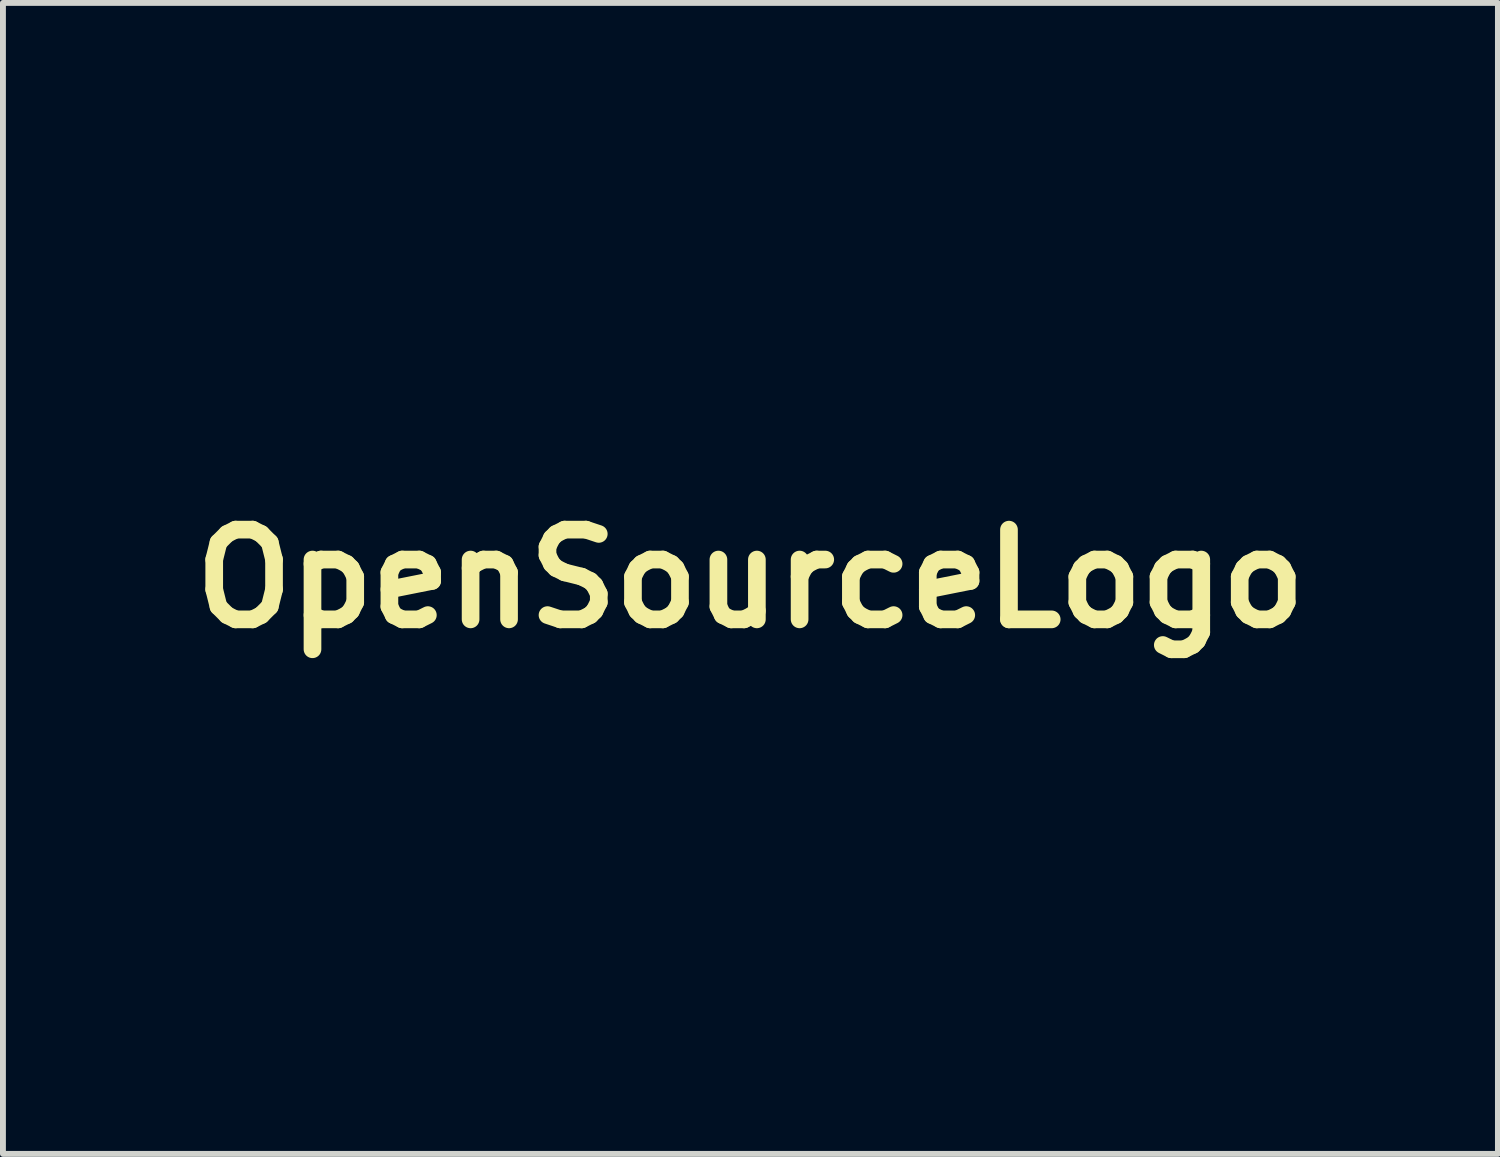
<source format=kicad_pcb>
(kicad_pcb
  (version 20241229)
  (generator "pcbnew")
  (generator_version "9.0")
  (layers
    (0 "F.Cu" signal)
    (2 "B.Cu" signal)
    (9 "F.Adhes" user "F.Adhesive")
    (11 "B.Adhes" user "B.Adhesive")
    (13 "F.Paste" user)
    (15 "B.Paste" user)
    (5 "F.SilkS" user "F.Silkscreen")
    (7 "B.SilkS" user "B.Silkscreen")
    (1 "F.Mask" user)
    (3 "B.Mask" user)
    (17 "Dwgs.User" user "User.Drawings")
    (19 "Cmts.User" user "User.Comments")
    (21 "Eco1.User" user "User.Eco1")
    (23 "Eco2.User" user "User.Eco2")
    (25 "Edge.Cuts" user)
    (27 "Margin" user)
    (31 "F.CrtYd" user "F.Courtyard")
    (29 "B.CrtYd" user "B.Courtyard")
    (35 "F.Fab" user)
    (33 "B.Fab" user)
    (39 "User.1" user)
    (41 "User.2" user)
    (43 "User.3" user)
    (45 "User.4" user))
  (footprint "OpenSourceLogo"
    (layer "F.Cu")
    (at 9.696 6.78)
    (property "Reference" "OpenSourceLogo" (at 0 0 0) (layer "F.SilkS") (effects (font (size 1.524 1.524) (thickness 0.3))))
    (attr through_hole)
    (fp_poly (pts (xy -1.739 5.417) (xy -1.647 5.449) (xy -1.605 5.475) (xy -1.579 5.498) (xy -1.575 5.506) (xy -1.585 5.526) (xy -1.613 5.565) (xy -1.652 5.613) (xy -1.661 5.624) (xy -1.747 5.723) (xy -1.801 5.695) (xy -1.87 5.673) (xy -1.95 5.669) (xy -2.026 5.683) (xy -2.063 5.699) (xy -2.105 5.734) (xy -2.143 5.782) (xy -2.148 5.791) (xy -2.159 5.812) (xy -2.167 5.834) (xy -2.173 5.863) (xy -2.178 5.903) (xy -2.181 5.958) (xy -2.183 6.032) (xy -2.184 6.13) (xy -2.185 6.256) (xy -2.185 6.305) (xy -2.186 6.756) (xy -2.455 6.756) (xy -2.455 5.419) (xy -2.184 5.419) (xy -2.184 5.56) (xy -2.146 5.525) (xy -2.059 5.464) (xy -1.956 5.425) (xy -1.846 5.409) (xy -1.739 5.417)) (stroke (width 0.01) (type solid)) (fill no) (layer "Eco2.User"))
    (fp_poly (pts (xy 4.037 3.298) (xy 4.103 3.324) (xy 4.105 3.325) (xy 4.155 3.349) (xy 4.189 3.369) (xy 4.199 3.379) (xy 4.189 3.395) (xy 4.162 3.431) (xy 4.123 3.479) (xy 4.109 3.496) (xy 4.019 3.602) (xy 3.954 3.569) (xy 3.868 3.542) (xy 3.782 3.548) (xy 3.7 3.584) (xy 3.628 3.649) (xy 3.616 3.664) (xy 3.606 3.68) (xy 3.598 3.698) (xy 3.591 3.724) (xy 3.587 3.761) (xy 3.583 3.813) (xy 3.581 3.885) (xy 3.579 3.981) (xy 3.577 4.104) (xy 3.576 4.167) (xy 3.571 4.623) (xy 3.319 4.623) (xy 3.319 3.302) (xy 3.573 3.302) (xy 3.573 3.37) (xy 3.575 3.412) (xy 3.58 3.436) (xy 3.582 3.437) (xy 3.599 3.427) (xy 3.63 3.401) (xy 3.637 3.395) (xy 3.724 3.334) (xy 3.828 3.299) (xy 3.906 3.288) (xy 3.978 3.287) (xy 4.037 3.298)) (stroke (width 0.01) (type solid)) (fill no) (layer "Eco2.User"))
    (fp_poly (pts (xy 3.654 5.408) (xy 3.707 5.423) (xy 3.764 5.443) (xy 3.815 5.464) (xy 3.848 5.482) (xy 3.853 5.488) (xy 3.853 5.506) (xy 3.835 5.538) (xy 3.799 5.588) (xy 3.741 5.658) (xy 3.73 5.671) (xy 3.681 5.729) (xy 3.633 5.697) (xy 3.561 5.669) (xy 3.48 5.666) (xy 3.399 5.688) (xy 3.328 5.732) (xy 3.277 5.792) (xy 3.267 5.812) (xy 3.259 5.834) (xy 3.252 5.864) (xy 3.248 5.905) (xy 3.244 5.962) (xy 3.242 6.039) (xy 3.24 6.14) (xy 3.238 6.269) (xy 3.237 6.303) (xy 3.232 6.756) (xy 2.98 6.756) (xy 2.98 5.419) (xy 3.234 5.419) (xy 3.234 5.486) (xy 3.236 5.529) (xy 3.241 5.552) (xy 3.243 5.554) (xy 3.26 5.545) (xy 3.294 5.52) (xy 3.327 5.496) (xy 3.41 5.448) (xy 3.511 5.415) (xy 3.611 5.402) (xy 3.615 5.402) (xy 3.654 5.408)) (stroke (width 0.01) (type solid)) (fill no) (layer "Eco2.User"))
    (fp_poly (pts (xy -1.722 3.316) (xy -1.622 3.372) (xy -1.537 3.453) (xy -1.484 3.531) (xy -1.474 3.551) (xy -1.466 3.573) (xy -1.459 3.601) (xy -1.454 3.638) (xy -1.451 3.688) (xy -1.448 3.756) (xy -1.446 3.846) (xy -1.444 3.961) (xy -1.443 4.106) (xy -1.443 4.111) (xy -1.438 4.623) (xy -1.691 4.623) (xy -1.697 4.167) (xy -1.698 4.03) (xy -1.7 3.923) (xy -1.702 3.841) (xy -1.705 3.781) (xy -1.71 3.738) (xy -1.715 3.708) (xy -1.722 3.687) (xy -1.732 3.671) (xy -1.737 3.664) (xy -1.795 3.6) (xy -1.857 3.563) (xy -1.934 3.548) (xy -1.964 3.548) (xy -2.048 3.556) (xy -2.114 3.585) (xy -2.173 3.64) (xy -2.192 3.664) (xy -2.202 3.68) (xy -2.211 3.698) (xy -2.217 3.724) (xy -2.222 3.761) (xy -2.225 3.813) (xy -2.227 3.885) (xy -2.229 3.981) (xy -2.231 4.104) (xy -2.232 4.167) (xy -2.237 4.623) (xy -2.489 4.623) (xy -2.489 3.302) (xy -2.235 3.302) (xy -2.235 3.437) (xy -2.159 3.379) (xy -2.054 3.318) (xy -1.943 3.289) (xy -1.83 3.288) (xy -1.722 3.316)) (stroke (width 0.01) (type solid)) (fill no) (layer "Eco2.User"))
    (fp_poly (pts (xy 2.201 3.73) (xy 2.201 3.862) (xy 2.202 3.965) (xy 2.204 4.043) (xy 2.206 4.101) (xy 2.21 4.144) (xy 2.216 4.176) (xy 2.225 4.201) (xy 2.235 4.225) (xy 2.239 4.233) (xy 2.291 4.309) (xy 2.355 4.357) (xy 2.437 4.38) (xy 2.451 4.381) (xy 2.545 4.376) (xy 2.626 4.342) (xy 2.689 4.283) (xy 2.709 4.251) (xy 2.72 4.228) (xy 2.728 4.203) (xy 2.734 4.172) (xy 2.738 4.13) (xy 2.741 4.071) (xy 2.742 3.993) (xy 2.743 3.891) (xy 2.743 3.759) (xy 2.743 3.743) (xy 2.743 3.302) (xy 3.014 3.302) (xy 3.014 4.623) (xy 2.743 4.623) (xy 2.743 4.481) (xy 2.697 4.526) (xy 2.609 4.587) (xy 2.504 4.626) (xy 2.392 4.639) (xy 2.282 4.627) (xy 2.218 4.605) (xy 2.118 4.543) (xy 2.037 4.458) (xy 1.982 4.359) (xy 1.981 4.356) (xy 1.971 4.327) (xy 1.963 4.296) (xy 1.957 4.26) (xy 1.953 4.213) (xy 1.95 4.151) (xy 1.949 4.07) (xy 1.948 3.965) (xy 1.947 3.832) (xy 1.947 3.784) (xy 1.947 3.302) (xy 2.201 3.302) (xy 2.201 3.73)) (stroke (width 0.01) (type solid)) (fill no) (layer "Eco2.User"))
    (fp_poly (pts (xy 4.889 3.293) (xy 5.013 3.327) (xy 5.128 3.392) (xy 5.209 3.458) (xy 5.262 3.508) (xy 5.171 3.594) (xy 5.079 3.68) (xy 5.033 3.636) (xy 4.95 3.577) (xy 4.859 3.546) (xy 4.765 3.541) (xy 4.674 3.56) (xy 4.593 3.604) (xy 4.526 3.669) (xy 4.482 3.755) (xy 4.478 3.766) (xy 4.458 3.868) (xy 4.453 3.977) (xy 4.464 4.083) (xy 4.487 4.178) (xy 4.523 4.255) (xy 4.55 4.288) (xy 4.635 4.347) (xy 4.731 4.379) (xy 4.831 4.382) (xy 4.929 4.357) (xy 5.016 4.305) (xy 5.032 4.29) (xy 5.076 4.247) (xy 5.17 4.332) (xy 5.263 4.416) (xy 5.201 4.474) (xy 5.133 4.533) (xy 5.066 4.573) (xy 4.986 4.607) (xy 4.971 4.612) (xy 4.852 4.636) (xy 4.725 4.636) (xy 4.603 4.612) (xy 4.567 4.599) (xy 4.461 4.546) (xy 4.379 4.484) (xy 4.312 4.405) (xy 4.303 4.392) (xy 4.266 4.33) (xy 4.24 4.27) (xy 4.223 4.204) (xy 4.213 4.123) (xy 4.208 4.021) (xy 4.208 3.953) (xy 4.208 3.732) (xy 4.272 3.603) (xy 4.346 3.484) (xy 4.437 3.395) (xy 4.548 3.332) (xy 4.679 3.297) (xy 4.752 3.289) (xy 4.889 3.293)) (stroke (width 0.01) (type solid)) (fill no) (layer "Eco2.User"))
    (fp_poly (pts (xy 5.98 3.295) (xy 6.036 3.301) (xy 6.082 3.312) (xy 6.128 3.333) (xy 6.142 3.34) (xy 6.248 3.41) (xy 6.331 3.498) (xy 6.392 3.605) (xy 6.43 3.734) (xy 6.449 3.889) (xy 6.451 3.967) (xy 6.452 4.064) (xy 5.601 4.064) (xy 5.613 4.127) (xy 5.647 4.23) (xy 5.703 4.31) (xy 5.777 4.366) (xy 5.865 4.396) (xy 5.963 4.399) (xy 6.067 4.374) (xy 6.168 4.322) (xy 6.231 4.28) (xy 6.323 4.354) (xy 6.414 4.428) (xy 6.363 4.482) (xy 6.276 4.55) (xy 6.165 4.6) (xy 6.036 4.629) (xy 5.961 4.635) (xy 5.874 4.634) (xy 5.797 4.627) (xy 5.749 4.617) (xy 5.629 4.565) (xy 5.532 4.496) (xy 5.459 4.407) (xy 5.405 4.294) (xy 5.371 4.156) (xy 5.357 4.046) (xy 5.356 3.896) (xy 5.364 3.844) (xy 5.603 3.844) (xy 6.185 3.844) (xy 6.176 3.777) (xy 6.149 3.686) (xy 6.099 3.611) (xy 6.03 3.558) (xy 6.021 3.554) (xy 5.924 3.526) (xy 5.833 3.529) (xy 5.752 3.562) (xy 5.685 3.621) (xy 5.636 3.705) (xy 5.615 3.78) (xy 5.603 3.844) (xy 5.364 3.844) (xy 5.377 3.75) (xy 5.418 3.617) (xy 5.477 3.501) (xy 5.54 3.422) (xy 5.613 3.361) (xy 5.692 3.321) (xy 5.787 3.3) (xy 5.901 3.294) (xy 5.98 3.295)) (stroke (width 0.01) (type solid)) (fill no) (layer "Eco2.User"))
    (fp_poly (pts (xy -5.711 3.311) (xy -5.592 3.365) (xy -5.49 3.446) (xy -5.458 3.483) (xy -5.403 3.568) (xy -5.365 3.668) (xy -5.343 3.786) (xy -5.336 3.928) (xy -5.339 4.019) (xy -5.347 4.145) (xy -5.363 4.245) (xy -5.387 4.326) (xy -5.422 4.393) (xy -5.471 4.456) (xy -5.492 4.478) (xy -5.595 4.561) (xy -5.714 4.615) (xy -5.843 4.639) (xy -5.976 4.633) (xy -6.073 4.608) (xy -6.19 4.551) (xy -6.285 4.469) (xy -6.356 4.366) (xy -6.4 4.246) (xy -6.402 4.237) (xy -6.413 4.158) (xy -6.419 4.057) (xy -6.421 3.946) (xy -6.421 3.937) (xy -6.166 3.937) (xy -6.165 4.035) (xy -6.157 4.125) (xy -6.143 4.199) (xy -6.13 4.233) (xy -6.076 4.306) (xy -6.003 4.362) (xy -5.977 4.374) (xy -5.929 4.383) (xy -5.865 4.38) (xy -5.797 4.368) (xy -5.743 4.35) (xy -5.727 4.34) (xy -5.661 4.275) (xy -5.618 4.194) (xy -5.596 4.089) (xy -5.596 4.087) (xy -5.59 3.994) (xy -5.592 3.899) (xy -5.601 3.808) (xy -5.615 3.734) (xy -5.63 3.692) (xy -5.684 3.619) (xy -5.755 3.57) (xy -5.836 3.545) (xy -5.92 3.544) (xy -6 3.566) (xy -6.07 3.613) (xy -6.124 3.683) (xy -6.131 3.698) (xy -6.149 3.759) (xy -6.161 3.842) (xy -6.166 3.937) (xy -6.421 3.937) (xy -6.418 3.837) (xy -6.41 3.742) (xy -6.402 3.689) (xy -6.361 3.567) (xy -6.293 3.464) (xy -6.202 3.382) (xy -6.092 3.324) (xy -5.966 3.292) (xy -5.844 3.288) (xy -5.711 3.311)) (stroke (width 0.01) (type solid)) (fill no) (layer "Eco2.User"))
    (fp_poly (pts (xy 1.334 3.312) (xy 1.442 3.36) (xy 1.537 3.432) (xy 1.613 3.526) (xy 1.65 3.598) (xy 1.673 3.678) (xy 1.688 3.781) (xy 1.696 3.899) (xy 1.696 4.022) (xy 1.688 4.14) (xy 1.673 4.246) (xy 1.65 4.329) (xy 1.645 4.342) (xy 1.591 4.43) (xy 1.513 4.511) (xy 1.422 4.576) (xy 1.397 4.589) (xy 1.316 4.616) (xy 1.217 4.632) (xy 1.115 4.636) (xy 1.023 4.626) (xy 0.991 4.617) (xy 0.898 4.58) (xy 0.825 4.535) (xy 0.759 4.474) (xy 0.748 4.461) (xy 0.701 4.402) (xy 0.667 4.342) (xy 0.643 4.274) (xy 0.628 4.192) (xy 0.62 4.089) (xy 0.618 3.962) (xy 0.619 3.931) (xy 0.864 3.931) (xy 0.867 4.041) (xy 0.881 4.141) (xy 0.904 4.223) (xy 0.917 4.252) (xy 0.972 4.318) (xy 1.046 4.362) (xy 1.131 4.383) (xy 1.218 4.379) (xy 1.301 4.348) (xy 1.32 4.335) (xy 1.367 4.293) (xy 1.401 4.242) (xy 1.423 4.174) (xy 1.435 4.085) (xy 1.439 3.968) (xy 1.439 3.962) (xy 1.436 3.843) (xy 1.424 3.752) (xy 1.401 3.683) (xy 1.365 3.631) (xy 1.314 3.591) (xy 1.287 3.576) (xy 1.194 3.545) (xy 1.105 3.545) (xy 1.024 3.573) (xy 0.956 3.628) (xy 0.904 3.705) (xy 0.874 3.804) (xy 0.871 3.822) (xy 0.864 3.931) (xy 0.619 3.931) (xy 0.62 3.833) (xy 0.628 3.731) (xy 0.642 3.65) (xy 0.666 3.583) (xy 0.701 3.524) (xy 0.749 3.466) (xy 0.768 3.445) (xy 0.868 3.365) (xy 0.98 3.313) (xy 1.098 3.287) (xy 1.218 3.287) (xy 1.334 3.312)) (stroke (width 0.01) (type solid)) (fill no) (layer "Eco2.User"))
    (fp_poly (pts (xy -3.228 3.289) (xy -3.108 3.316) (xy -2.995 3.37) (xy -2.916 3.429) (xy -2.851 3.496) (xy -2.805 3.566) (xy -2.774 3.648) (xy -2.755 3.748) (xy -2.746 3.873) (xy -2.74 4.064) (xy -3.573 4.064) (xy -3.573 4.111) (xy -3.565 4.156) (xy -3.547 4.211) (xy -3.541 4.226) (xy -3.487 4.307) (xy -3.415 4.363) (xy -3.328 4.394) (xy -3.23 4.398) (xy -3.126 4.375) (xy -3.019 4.325) (xy -2.978 4.298) (xy -2.959 4.291) (xy -2.933 4.3) (xy -2.894 4.327) (xy -2.863 4.352) (xy -2.82 4.392) (xy -2.791 4.425) (xy -2.782 4.444) (xy -2.802 4.468) (xy -2.844 4.502) (xy -2.9 4.539) (xy -2.962 4.574) (xy -3.02 4.602) (xy -3.054 4.615) (xy -3.122 4.628) (xy -3.207 4.636) (xy -3.294 4.638) (xy -3.37 4.633) (xy -3.395 4.628) (xy -3.525 4.585) (xy -3.631 4.516) (xy -3.714 4.423) (xy -3.775 4.305) (xy -3.812 4.162) (xy -3.826 3.995) (xy -3.827 3.971) (xy -3.821 3.835) (xy -3.815 3.796) (xy -3.573 3.796) (xy -3.573 3.844) (xy -3.285 3.844) (xy -3.174 3.843) (xy -3.093 3.841) (xy -3.039 3.838) (xy -3.009 3.832) (xy -2.997 3.824) (xy -2.997 3.823) (xy -3.008 3.762) (xy -3.034 3.693) (xy -3.069 3.632) (xy -3.077 3.622) (xy -3.15 3.56) (xy -3.234 3.528) (xy -3.325 3.528) (xy -3.418 3.56) (xy -3.421 3.561) (xy -3.485 3.61) (xy -3.536 3.676) (xy -3.567 3.75) (xy -3.573 3.796) (xy -3.815 3.796) (xy -3.803 3.721) (xy -3.771 3.62) (xy -3.732 3.54) (xy -3.661 3.44) (xy -3.569 3.365) (xy -3.463 3.314) (xy -3.348 3.289) (xy -3.228 3.289)) (stroke (width 0.01) (type solid)) (fill no) (layer "Eco2.User"))
    (fp_poly (pts (xy 4.531 5.417) (xy 4.536 5.417) (xy 4.629 5.439) (xy 4.701 5.468) (xy 4.767 5.512) (xy 4.811 5.55) (xy 4.875 5.616) (xy 4.921 5.688) (xy 4.951 5.773) (xy 4.97 5.878) (xy 4.977 5.975) (xy 4.98 6.052) (xy 4.982 6.115) (xy 4.982 6.158) (xy 4.98 6.174) (xy 4.962 6.176) (xy 4.914 6.177) (xy 4.842 6.179) (xy 4.751 6.18) (xy 4.644 6.181) (xy 4.561 6.181) (xy 4.429 6.181) (xy 4.327 6.181) (xy 4.252 6.183) (xy 4.2 6.187) (xy 4.168 6.196) (xy 4.152 6.209) (xy 4.148 6.229) (xy 4.153 6.256) (xy 4.163 6.291) (xy 4.167 6.304) (xy 4.2 6.378) (xy 4.254 6.444) (xy 4.319 6.491) (xy 4.346 6.503) (xy 4.442 6.519) (xy 4.546 6.51) (xy 4.647 6.478) (xy 4.691 6.455) (xy 4.777 6.401) (xy 4.861 6.473) (xy 4.904 6.511) (xy 4.934 6.541) (xy 4.945 6.556) (xy 4.933 6.573) (xy 4.902 6.603) (xy 4.874 6.628) (xy 4.768 6.697) (xy 4.644 6.742) (xy 4.507 6.762) (xy 4.373 6.755) (xy 4.283 6.734) (xy 4.193 6.697) (xy 4.113 6.651) (xy 4.055 6.601) (xy 3.986 6.495) (xy 3.936 6.367) (xy 3.905 6.224) (xy 3.895 6.074) (xy 3.903 5.977) (xy 4.144 5.977) (xy 4.724 5.977) (xy 4.724 5.938) (xy 4.709 5.851) (xy 4.668 5.771) (xy 4.608 5.706) (xy 4.534 5.664) (xy 4.515 5.658) (xy 4.417 5.649) (xy 4.328 5.67) (xy 4.252 5.719) (xy 4.195 5.792) (xy 4.16 5.886) (xy 4.156 5.906) (xy 4.144 5.977) (xy 3.903 5.977) (xy 3.907 5.923) (xy 3.936 5.797) (xy 3.991 5.67) (xy 4.068 5.566) (xy 4.164 5.486) (xy 4.275 5.433) (xy 4.399 5.409) (xy 4.531 5.417)) (stroke (width 0.01) (type solid)) (fill no) (layer "Eco2.User"))
    (fp_poly (pts (xy -0.474 6.756) (xy -0.728 6.756) (xy -0.728 6.689) (xy -0.73 6.646) (xy -0.735 6.623) (xy -0.737 6.621) (xy -0.754 6.63) (xy -0.789 6.653) (xy -0.814 6.671) (xy -0.924 6.732) (xy -1.042 6.76) (xy -1.169 6.756) (xy -1.173 6.755) (xy -1.275 6.723) (xy -1.369 6.662) (xy -1.446 6.581) (xy -1.499 6.485) (xy -1.509 6.455) (xy -1.518 6.407) (xy -1.524 6.333) (xy -1.529 6.241) (xy -1.532 6.138) (xy -1.533 6.079) (xy -1.275 6.079) (xy -1.273 6.194) (xy -1.264 6.282) (xy -1.249 6.348) (xy -1.224 6.398) (xy -1.189 6.438) (xy -1.151 6.471) (xy -1.115 6.49) (xy -1.072 6.498) (xy -1.01 6.498) (xy -0.987 6.497) (xy -0.923 6.492) (xy -0.881 6.48) (xy -0.846 6.458) (xy -0.83 6.443) (xy -0.794 6.4) (xy -0.768 6.346) (xy -0.752 6.277) (xy -0.744 6.185) (xy -0.741 6.07) (xy -0.745 5.951) (xy -0.757 5.86) (xy -0.779 5.792) (xy -0.812 5.742) (xy -0.858 5.705) (xy -0.859 5.704) (xy -0.935 5.675) (xy -1.024 5.667) (xy -1.11 5.683) (xy -1.157 5.704) (xy -1.202 5.741) (xy -1.235 5.789) (xy -1.257 5.855) (xy -1.27 5.943) (xy -1.274 6.057) (xy -1.275 6.079) (xy -1.533 6.079) (xy -1.533 6.032) (xy -1.531 5.93) (xy -1.528 5.841) (xy -1.521 5.771) (xy -1.519 5.755) (xy -1.485 5.653) (xy -1.424 5.562) (xy -1.341 5.487) (xy -1.241 5.434) (xy -1.15 5.41) (xy -1.049 5.411) (xy -0.943 5.437) (xy -0.845 5.485) (xy -0.821 5.502) (xy -0.78 5.532) (xy -0.749 5.55) (xy -0.741 5.554) (xy -0.737 5.538) (xy -0.734 5.493) (xy -0.731 5.424) (xy -0.729 5.337) (xy -0.728 5.237) (xy -0.728 5.215) (xy -0.728 4.877) (xy -0.474 4.877) (xy -0.474 6.756)) (stroke (width 0.01) (type solid)) (fill no) (layer "Eco2.User"))
    (fp_poly (pts (xy -0.181 5.422) (xy -0.043 5.427) (xy 0.083 5.889) (xy 0.116 6.008) (xy 0.146 6.115) (xy 0.173 6.207) (xy 0.195 6.28) (xy 0.21 6.329) (xy 0.219 6.35) (xy 0.219 6.35) (xy 0.227 6.335) (xy 0.244 6.291) (xy 0.268 6.223) (xy 0.298 6.135) (xy 0.333 6.03) (xy 0.371 5.914) (xy 0.381 5.884) (xy 0.531 5.419) (xy 0.63 5.419) (xy 0.688 5.422) (xy 0.722 5.43) (xy 0.728 5.437) (xy 0.733 5.46) (xy 0.747 5.509) (xy 0.769 5.578) (xy 0.796 5.664) (xy 0.828 5.762) (xy 0.862 5.865) (xy 0.897 5.97) (xy 0.931 6.071) (xy 0.962 6.164) (xy 0.99 6.243) (xy 1.011 6.303) (xy 1.026 6.34) (xy 1.031 6.35) (xy 1.038 6.334) (xy 1.053 6.29) (xy 1.074 6.221) (xy 1.099 6.132) (xy 1.129 6.026) (xy 1.162 5.909) (xy 1.168 5.884) (xy 1.295 5.419) (xy 1.426 5.419) (xy 1.488 5.42) (xy 1.535 5.424) (xy 1.557 5.43) (xy 1.558 5.431) (xy 1.553 5.45) (xy 1.539 5.497) (xy 1.517 5.569) (xy 1.488 5.664) (xy 1.453 5.777) (xy 1.413 5.904) (xy 1.369 6.043) (xy 1.351 6.1) (xy 1.143 6.756) (xy 1.029 6.756) (xy 0.916 6.756) (xy 0.866 6.591) (xy 0.843 6.518) (xy 0.815 6.422) (xy 0.782 6.313) (xy 0.749 6.2) (xy 0.728 6.13) (xy 0.699 6.035) (xy 0.673 5.951) (xy 0.652 5.884) (xy 0.636 5.839) (xy 0.629 5.821) (xy 0.621 5.834) (xy 0.605 5.875) (xy 0.583 5.94) (xy 0.554 6.027) (xy 0.522 6.13) (xy 0.486 6.247) (xy 0.476 6.283) (xy 0.334 6.756) (xy 0.108 6.756) (xy -0.014 6.371) (xy -0.056 6.24) (xy -0.101 6.1) (xy -0.145 5.959) (xy -0.187 5.829) (xy -0.222 5.719) (xy -0.228 5.702) (xy -0.319 5.417) (xy -0.181 5.422)) (stroke (width 0.01) (type solid)) (fill no) (layer "Eco2.User"))
    (fp_poly (pts (xy -0.002 3.291) (xy 0.142 3.32) (xy 0.269 3.371) (xy 0.336 3.406) (xy 0.375 3.434) (xy 0.388 3.46) (xy 0.376 3.491) (xy 0.341 3.534) (xy 0.325 3.552) (xy 0.246 3.641) (xy 0.136 3.586) (xy 0.073 3.556) (xy 0.02 3.539) (xy -0.038 3.532) (xy -0.105 3.531) (xy -0.179 3.533) (xy -0.229 3.54) (xy -0.265 3.555) (xy -0.283 3.567) (xy -0.322 3.613) (xy -0.338 3.67) (xy -0.333 3.728) (xy -0.305 3.776) (xy -0.287 3.79) (xy -0.257 3.8) (xy -0.201 3.812) (xy -0.127 3.823) (xy -0.042 3.834) (xy -0.034 3.835) (xy 0.062 3.847) (xy 0.146 3.861) (xy 0.211 3.875) (xy 0.244 3.887) (xy 0.325 3.943) (xy 0.385 4.019) (xy 0.424 4.11) (xy 0.44 4.209) (xy 0.431 4.309) (xy 0.398 4.403) (xy 0.341 4.481) (xy 0.26 4.549) (xy 0.165 4.595) (xy 0.051 4.623) (xy -0.076 4.634) (xy -0.171 4.635) (xy -0.243 4.631) (xy -0.304 4.619) (xy -0.339 4.609) (xy -0.486 4.549) (xy -0.608 4.474) (xy -0.63 4.458) (xy -0.692 4.408) (xy -0.602 4.319) (xy -0.512 4.23) (xy -0.435 4.29) (xy -0.355 4.342) (xy -0.274 4.375) (xy -0.182 4.39) (xy -0.102 4.394) (xy 0.006 4.385) (xy 0.09 4.36) (xy 0.148 4.32) (xy 0.178 4.266) (xy 0.178 4.199) (xy 0.177 4.193) (xy 0.163 4.159) (xy 0.138 4.132) (xy 0.096 4.112) (xy 0.033 4.095) (xy -0.056 4.081) (xy -0.125 4.072) (xy -0.242 4.056) (xy -0.332 4.038) (xy -0.402 4.014) (xy -0.457 3.982) (xy -0.504 3.94) (xy -0.521 3.922) (xy -0.572 3.84) (xy -0.598 3.743) (xy -0.599 3.641) (xy -0.575 3.541) (xy -0.526 3.453) (xy -0.516 3.441) (xy -0.437 3.37) (xy -0.341 3.322) (xy -0.222 3.295) (xy -0.161 3.289) (xy -0.002 3.291)) (stroke (width 0.01) (type solid)) (fill no) (layer "Eco2.User"))
    (fp_poly (pts (xy -3.178 5.416) (xy -3.085 5.429) (xy -3.033 5.442) (xy -2.939 5.489) (xy -2.86 5.555) (xy -2.803 5.634) (xy -2.78 5.694) (xy -2.773 5.74) (xy -2.768 5.819) (xy -2.764 5.929) (xy -2.761 6.068) (xy -2.76 6.236) (xy -2.76 6.264) (xy -2.76 6.756) (xy -3.014 6.756) (xy -3.014 6.697) (xy -3.02 6.653) (xy -3.035 6.639) (xy -3.056 6.657) (xy -3.064 6.67) (xy -3.099 6.704) (xy -3.16 6.732) (xy -3.24 6.751) (xy -3.33 6.761) (xy -3.424 6.759) (xy -3.47 6.754) (xy -3.559 6.73) (xy -3.645 6.69) (xy -3.714 6.641) (xy -3.729 6.626) (xy -3.781 6.547) (xy -3.814 6.451) (xy -3.824 6.351) (xy -3.823 6.349) (xy -3.578 6.349) (xy -3.569 6.414) (xy -3.54 6.462) (xy -3.488 6.493) (xy -3.41 6.511) (xy -3.304 6.516) (xy -3.273 6.515) (xy -3.198 6.512) (xy -3.148 6.507) (xy -3.115 6.498) (xy -3.09 6.483) (xy -3.072 6.466) (xy -3.047 6.436) (xy -3.031 6.4) (xy -3.022 6.348) (xy -3.018 6.301) (xy -3.01 6.181) (xy -3.202 6.181) (xy -3.328 6.184) (xy -3.425 6.194) (xy -3.494 6.212) (xy -3.54 6.241) (xy -3.567 6.281) (xy -3.577 6.334) (xy -3.578 6.349) (xy -3.823 6.349) (xy -3.822 6.333) (xy -3.805 6.234) (xy -3.768 6.155) (xy -3.715 6.09) (xy -3.676 6.054) (xy -3.639 6.027) (xy -3.598 6.008) (xy -3.546 5.995) (xy -3.478 5.988) (xy -3.387 5.983) (xy -3.289 5.98) (xy -3.014 5.975) (xy -3.014 5.884) (xy -3.019 5.798) (xy -3.037 5.738) (xy -3.073 5.698) (xy -3.133 5.672) (xy -3.211 5.655) (xy -3.302 5.649) (xy -3.39 5.657) (xy -3.466 5.679) (xy -3.516 5.709) (xy -3.555 5.745) (xy -3.649 5.675) (xy -3.695 5.638) (xy -3.729 5.608) (xy -3.742 5.591) (xy -3.742 5.591) (xy -3.729 5.565) (xy -3.694 5.531) (xy -3.647 5.494) (xy -3.595 5.461) (xy -3.556 5.442) (xy -3.483 5.424) (xy -3.388 5.414) (xy -3.282 5.411) (xy -3.178 5.416)) (stroke (width 0.01) (type solid)) (fill no) (layer "Eco2.User"))
    (fp_poly (pts (xy 2.265 5.416) (xy 2.398 5.447) (xy 2.502 5.496) (xy 2.58 5.563) (xy 2.633 5.651) (xy 2.658 5.738) (xy 2.663 5.78) (xy 2.667 5.849) (xy 2.671 5.942) (xy 2.673 6.052) (xy 2.675 6.173) (xy 2.675 6.293) (xy 2.675 6.756) (xy 2.421 6.756) (xy 2.421 6.697) (xy 2.418 6.654) (xy 2.404 6.641) (xy 2.376 6.658) (xy 2.354 6.68) (xy 2.293 6.722) (xy 2.208 6.751) (xy 2.107 6.763) (xy 1.995 6.758) (xy 1.968 6.754) (xy 1.845 6.72) (xy 1.745 6.66) (xy 1.698 6.615) (xy 1.645 6.537) (xy 1.617 6.45) (xy 1.612 6.346) (xy 1.613 6.327) (xy 1.85 6.327) (xy 1.856 6.388) (xy 1.889 6.446) (xy 1.929 6.481) (xy 1.986 6.505) (xy 2.065 6.519) (xy 2.152 6.522) (xy 2.237 6.515) (xy 2.307 6.498) (xy 2.332 6.486) (xy 2.366 6.46) (xy 2.388 6.429) (xy 2.401 6.383) (xy 2.408 6.315) (xy 2.409 6.282) (xy 2.413 6.189) (xy 2.225 6.184) (xy 2.108 6.185) (xy 2.019 6.193) (xy 1.952 6.21) (xy 1.904 6.237) (xy 1.874 6.269) (xy 1.85 6.327) (xy 1.613 6.327) (xy 1.613 6.322) (xy 1.634 6.214) (xy 1.681 6.126) (xy 1.755 6.056) (xy 1.79 6.033) (xy 1.822 6.016) (xy 1.852 6.003) (xy 1.887 5.993) (xy 1.932 5.987) (xy 1.994 5.983) (xy 2.08 5.979) (xy 2.142 5.977) (xy 2.413 5.969) (xy 2.418 5.907) (xy 2.417 5.848) (xy 2.407 5.784) (xy 2.404 5.774) (xy 2.385 5.724) (xy 2.355 5.693) (xy 2.324 5.678) (xy 2.264 5.661) (xy 2.192 5.653) (xy 2.114 5.653) (xy 2.039 5.66) (xy 1.973 5.673) (xy 1.924 5.692) (xy 1.898 5.715) (xy 1.897 5.724) (xy 1.89 5.738) (xy 1.87 5.734) (xy 1.831 5.711) (xy 1.772 5.667) (xy 1.723 5.628) (xy 1.698 5.603) (xy 1.69 5.584) (xy 1.698 5.566) (xy 1.703 5.557) (xy 1.76 5.502) (xy 1.844 5.458) (xy 1.946 5.427) (xy 2.062 5.409) (xy 2.183 5.408) (xy 2.265 5.416)) (stroke (width 0.01) (type solid)) (fill no) (layer "Eco2.User"))
    (fp_poly (pts (xy -4.361 3.301) (xy -4.257 3.345) (xy -4.168 3.413) (xy -4.099 3.5) (xy -4.062 3.586) (xy -4.052 3.638) (xy -4.045 3.716) (xy -4.041 3.812) (xy -4.039 3.919) (xy -4.039 4.029) (xy -4.041 4.135) (xy -4.046 4.23) (xy -4.053 4.305) (xy -4.061 4.35) (xy -4.097 4.423) (xy -4.155 4.497) (xy -4.227 4.562) (xy -4.303 4.608) (xy -4.339 4.622) (xy -4.453 4.637) (xy -4.57 4.625) (xy -4.681 4.588) (xy -4.777 4.527) (xy -4.788 4.517) (xy -4.826 4.481) (xy -4.826 5.56) (xy -4.788 5.525) (xy -4.701 5.465) (xy -4.599 5.426) (xy -4.491 5.409) (xy -4.385 5.416) (xy -4.291 5.448) (xy -4.198 5.506) (xy -4.13 5.573) (xy -4.081 5.65) (xy -4.069 5.674) (xy -4.059 5.697) (xy -4.052 5.723) (xy -4.046 5.757) (xy -4.042 5.802) (xy -4.039 5.863) (xy -4.037 5.943) (xy -4.035 6.047) (xy -4.034 6.18) (xy -4.033 6.244) (xy -4.028 6.756) (xy -4.282 6.756) (xy -4.287 6.303) (xy -4.289 6.167) (xy -4.291 6.061) (xy -4.293 5.979) (xy -4.296 5.919) (xy -4.3 5.875) (xy -4.306 5.844) (xy -4.314 5.82) (xy -4.324 5.801) (xy -4.33 5.791) (xy -4.39 5.721) (xy -4.469 5.68) (xy -4.565 5.667) (xy -4.569 5.667) (xy -4.651 5.677) (xy -4.716 5.71) (xy -4.773 5.77) (xy -4.788 5.791) (xy -4.799 5.809) (xy -4.808 5.828) (xy -4.815 5.851) (xy -4.82 5.885) (xy -4.823 5.932) (xy -4.825 5.997) (xy -4.826 6.084) (xy -4.826 6.198) (xy -4.826 6.302) (xy -4.826 6.756) (xy -5.097 6.756) (xy -5.097 3.961) (xy -4.818 3.961) (xy -4.817 4.059) (xy -4.816 4.129) (xy -4.812 4.179) (xy -4.805 4.214) (xy -4.794 4.242) (xy -4.779 4.27) (xy -4.777 4.273) (xy -4.739 4.32) (xy -4.696 4.356) (xy -4.684 4.362) (xy -4.62 4.379) (xy -4.543 4.38) (xy -4.469 4.368) (xy -4.41 4.344) (xy -4.406 4.341) (xy -4.362 4.301) (xy -4.33 4.253) (xy -4.309 4.191) (xy -4.297 4.108) (xy -4.293 3.999) (xy -4.293 3.962) (xy -4.293 3.868) (xy -4.297 3.801) (xy -4.303 3.752) (xy -4.313 3.714) (xy -4.326 3.684) (xy -4.379 3.609) (xy -4.448 3.563) (xy -4.526 3.544) (xy -4.623 3.545) (xy -4.702 3.575) (xy -4.763 3.633) (xy -4.772 3.645) (xy -4.79 3.674) (xy -4.802 3.7) (xy -4.81 3.731) (xy -4.815 3.774) (xy -4.817 3.834) (xy -4.818 3.919) (xy -4.818 3.961) (xy -5.097 3.961) (xy -5.097 3.302) (xy -4.826 3.302) (xy -4.826 3.444) (xy -4.779 3.399) (xy -4.699 3.343) (xy -4.6 3.304) (xy -4.495 3.286) (xy -4.473 3.285) (xy -4.361 3.301)) (stroke (width 0.01) (type solid)) (fill no) (layer "Eco2.User"))
    (fp_poly (pts (xy 0.108 -6.775) (xy 0.236 -6.774) (xy 0.356 -6.772) (xy 0.463 -6.769) (xy 0.552 -6.765) (xy 0.619 -6.76) (xy 0.659 -6.754) (xy 0.668 -6.751) (xy 0.677 -6.738) (xy 0.688 -6.713) (xy 0.7 -6.671) (xy 0.715 -6.61) (xy 0.733 -6.527) (xy 0.755 -6.419) (xy 0.781 -6.284) (xy 0.812 -6.119) (xy 0.815 -6.103) (xy 0.841 -5.961) (xy 0.866 -5.828) (xy 0.888 -5.708) (xy 0.908 -5.605) (xy 0.923 -5.524) (xy 0.934 -5.468) (xy 0.94 -5.441) (xy 0.94 -5.44) (xy 0.945 -5.426) (xy 0.954 -5.412) (xy 0.971 -5.397) (xy 0.999 -5.38) (xy 1.041 -5.359) (xy 1.1 -5.332) (xy 1.18 -5.297) (xy 1.284 -5.254) (xy 1.414 -5.2) (xy 1.479 -5.174) (xy 1.603 -5.124) (xy 1.712 -5.082) (xy 1.801 -5.049) (xy 1.868 -5.027) (xy 1.909 -5.017) (xy 1.919 -5.016) (xy 1.941 -5.027) (xy 1.987 -5.056) (xy 2.055 -5.099) (xy 2.14 -5.155) (xy 2.241 -5.222) (xy 2.352 -5.297) (xy 2.472 -5.379) (xy 2.489 -5.391) (xy 2.609 -5.473) (xy 2.722 -5.549) (xy 2.823 -5.616) (xy 2.911 -5.672) (xy 2.981 -5.716) (xy 3.03 -5.745) (xy 3.055 -5.757) (xy 3.057 -5.757) (xy 3.079 -5.745) (xy 3.124 -5.708) (xy 3.192 -5.647) (xy 3.281 -5.562) (xy 3.392 -5.454) (xy 3.525 -5.323) (xy 3.552 -5.295) (xy 3.655 -5.192) (xy 3.749 -5.096) (xy 3.833 -5.01) (xy 3.904 -4.936) (xy 3.96 -4.878) (xy 3.997 -4.838) (xy 4.013 -4.818) (xy 4.013 -4.817) (xy 4.012 -4.809) (xy 4.007 -4.797) (xy 3.996 -4.778) (xy 3.978 -4.75) (xy 3.951 -4.709) (xy 3.914 -4.653) (xy 3.865 -4.581) (xy 3.802 -4.488) (xy 3.724 -4.374) (xy 3.628 -4.235) (xy 3.593 -4.184) (xy 3.518 -4.075) (xy 3.45 -3.973) (xy 3.389 -3.883) (xy 3.34 -3.807) (xy 3.304 -3.75) (xy 3.283 -3.715) (xy 3.28 -3.709) (xy 3.277 -3.692) (xy 3.278 -3.669) (xy 3.286 -3.637) (xy 3.301 -3.591) (xy 3.325 -3.528) (xy 3.358 -3.445) (xy 3.403 -3.338) (xy 3.46 -3.203) (xy 3.462 -3.199) (xy 3.513 -3.081) (xy 3.56 -2.973) (xy 3.603 -2.878) (xy 3.638 -2.801) (xy 3.664 -2.745) (xy 3.68 -2.716) (xy 3.682 -2.713) (xy 3.703 -2.705) (xy 3.754 -2.691) (xy 3.83 -2.674) (xy 3.929 -2.652) (xy 4.046 -2.628) (xy 4.178 -2.602) (xy 4.321 -2.575) (xy 4.336 -2.572) (xy 4.479 -2.545) (xy 4.611 -2.519) (xy 4.73 -2.495) (xy 4.831 -2.474) (xy 4.91 -2.457) (xy 4.964 -2.444) (xy 4.99 -2.436) (xy 4.991 -2.435) (xy 4.996 -2.423) (xy 5.001 -2.396) (xy 5.005 -2.352) (xy 5.008 -2.286) (xy 5.01 -2.198) (xy 5.011 -2.084) (xy 5.012 -1.941) (xy 5.012 -1.769) (xy 5.012 -1.601) (xy 5.012 -1.464) (xy 5.011 -1.354) (xy 5.009 -1.269) (xy 5.007 -1.205) (xy 5.004 -1.159) (xy 4.999 -1.127) (xy 4.994 -1.107) (xy 4.987 -1.095) (xy 4.986 -1.093) (xy 4.962 -1.072) (xy 4.952 -1.067) (xy 4.931 -1.064) (xy 4.882 -1.055) (xy 4.81 -1.042) (xy 4.718 -1.025) (xy 4.611 -1.006) (xy 4.495 -0.984) (xy 4.373 -0.961) (xy 4.251 -0.938) (xy 4.134 -0.916) (xy 4.025 -0.895) (xy 3.93 -0.877) (xy 3.853 -0.862) (xy 3.8 -0.851) (xy 3.774 -0.846) (xy 3.72 -0.821) (xy 3.686 -0.775) (xy 3.686 -0.775) (xy 3.667 -0.731) (xy 3.639 -0.664) (xy 3.604 -0.58) (xy 3.565 -0.482) (xy 3.523 -0.376) (xy 3.48 -0.267) (xy 3.437 -0.158) (xy 3.398 -0.056) (xy 3.362 0.036) (xy 3.334 0.112) (xy 3.313 0.169) (xy 3.303 0.2) (xy 3.302 0.205) (xy 3.311 0.225) (xy 3.338 0.269) (xy 3.379 0.335) (xy 3.433 0.418) (xy 3.498 0.515) (xy 3.571 0.624) (xy 3.64 0.725) (xy 3.735 0.864) (xy 3.812 0.977) (xy 3.874 1.068) (xy 3.922 1.14) (xy 3.957 1.194) (xy 3.982 1.234) (xy 3.997 1.262) (xy 4.005 1.281) (xy 4.007 1.295) (xy 4.004 1.305) (xy 3.999 1.314) (xy 3.998 1.317) (xy 3.98 1.34) (xy 3.941 1.383) (xy 3.885 1.441) (xy 3.815 1.513) (xy 3.734 1.594) (xy 3.646 1.681) (xy 3.554 1.772) (xy 3.461 1.863) (xy 3.37 1.951) (xy 3.285 2.032) (xy 3.209 2.104) (xy 3.145 2.163) (xy 3.096 2.207) (xy 3.066 2.231) (xy 3.058 2.235) (xy 3.037 2.226) (xy 2.992 2.199) (xy 2.926 2.158) (xy 2.842 2.104) (xy 2.745 2.04) (xy 2.637 1.967) (xy 2.551 1.908) (xy 2.436 1.829) (xy 2.329 1.757) (xy 2.234 1.691) (xy 2.152 1.637) (xy 2.089 1.595) (xy 2.048 1.567) (xy 2.033 1.559) (xy 2.016 1.552) (xy 1.996 1.551) (xy 1.967 1.558) (xy 1.926 1.575) (xy 1.867 1.603) (xy 1.785 1.644) (xy 1.74 1.667) (xy 1.638 1.718) (xy 1.559 1.755) (xy 1.503 1.777) (xy 1.474 1.784) (xy 1.471 1.782) (xy 1.461 1.764) (xy 1.44 1.717) (xy 1.409 1.645) (xy 1.368 1.55) (xy 1.32 1.435) (xy 1.264 1.303) (xy 1.203 1.158) (xy 1.137 1) (xy 1.09 0.887) (xy 0.995 0.656) (xy 0.911 0.455) (xy 0.839 0.28) (xy 0.777 0.131) (xy 0.726 0.005) (xy 0.683 -0.1) (xy 0.648 -0.186) (xy 0.62 -0.254) (xy 0.599 -0.307) (xy 0.584 -0.347) (xy 0.574 -0.376) (xy 0.568 -0.396) (xy 0.565 -0.409) (xy 0.564 -0.416) (xy 0.566 -0.421) (xy 0.566 -0.421) (xy 0.583 -0.437) (xy 0.622 -0.467) (xy 0.676 -0.507) (xy 0.735 -0.55) (xy 0.914 -0.689) (xy 1.061 -0.833) (xy 1.18 -0.985) (xy 1.274 -1.149) (xy 1.344 -1.329) (xy 1.38 -1.462) (xy 1.395 -1.553) (xy 1.404 -1.665) (xy 1.406 -1.785) (xy 1.402 -1.9) (xy 1.392 -1.999) (xy 1.389 -2.015) (xy 1.333 -2.224) (xy 1.247 -2.418) (xy 1.134 -2.595) (xy 0.996 -2.752) (xy 0.835 -2.888) (xy 0.653 -3.001) (xy 0.453 -3.087) (xy 0.33 -3.125) (xy 0.225 -3.144) (xy 0.1 -3.154) (xy -0.033 -3.155) (xy -0.163 -3.148) (xy -0.277 -3.133) (xy -0.313 -3.125) (xy -0.523 -3.054) (xy -0.716 -2.956) (xy -0.889 -2.833) (xy -1.041 -2.687) (xy -1.169 -2.52) (xy -1.27 -2.335) (xy -1.344 -2.134) (xy -1.372 -2.015) (xy -1.384 -1.921) (xy -1.389 -1.806) (xy -1.388 -1.685) (xy -1.38 -1.57) (xy -1.366 -1.474) (xy -1.364 -1.463) (xy -1.307 -1.268) (xy -1.228 -1.092) (xy -1.124 -0.931) (xy -0.994 -0.78) (xy -0.834 -0.637) (xy -0.718 -0.55) (xy -0.654 -0.504) (xy -0.601 -0.464) (xy -0.563 -0.434) (xy -0.549 -0.421) (xy -0.554 -0.404) (xy -0.571 -0.358) (xy -0.598 -0.288) (xy -0.634 -0.195) (xy -0.678 -0.084) (xy -0.729 0.043) (xy -0.786 0.183) (xy -0.846 0.333) (xy -0.91 0.489) (xy -0.975 0.648) (xy -1.04 0.808) (xy -1.105 0.966) (xy -1.167 1.117) (xy -1.226 1.26) (xy -1.28 1.39) (xy -1.328 1.505) (xy -1.369 1.603) (xy -1.402 1.679) (xy -1.425 1.73) (xy -1.434 1.748) (xy -1.454 1.781) (xy -1.47 1.795) (xy -1.47 1.795) (xy -1.489 1.787) (xy -1.532 1.767) (xy -1.594 1.735) (xy -1.668 1.696) (xy -1.703 1.678) (xy -1.783 1.636) (xy -1.856 1.599) (xy -1.914 1.57) (xy -1.951 1.553) (xy -1.958 1.551) (xy -1.986 1.551) (xy -2.026 1.567) (xy -2.085 1.602) (xy -2.128 1.63) (xy -2.179 1.665) (xy -2.252 1.715) (xy -2.342 1.777) (xy -2.444 1.847) (xy -2.552 1.92) (xy -2.636 1.978) (xy -2.737 2.046) (xy -2.83 2.108) (xy -2.911 2.16) (xy -2.976 2.2) (xy -3.021 2.226) (xy -3.042 2.235) (xy -3.06 2.224) (xy -3.1 2.19) (xy -3.158 2.138) (xy -3.232 2.07) (xy -3.318 1.987) (xy -3.414 1.893) (xy -3.518 1.791) (xy -3.518 1.791) (xy -3.62 1.689) (xy -3.715 1.594) (xy -3.799 1.508) (xy -3.871 1.435) (xy -3.927 1.377) (xy -3.964 1.336) (xy -3.981 1.317) (xy -3.981 1.317) (xy -3.986 1.307) (xy -3.989 1.298) (xy -3.989 1.285) (xy -3.983 1.268) (xy -3.969 1.242) (xy -3.948 1.205) (xy -3.915 1.155) (xy -3.871 1.088) (xy -3.813 1.002) (xy -3.739 0.895) (xy -3.649 0.763) (xy -3.623 0.725) (xy -3.544 0.61) (xy -3.472 0.502) (xy -3.409 0.406) (xy -3.356 0.325) (xy -3.317 0.262) (xy -3.292 0.221) (xy -3.285 0.205) (xy -3.291 0.184) (xy -3.308 0.136) (xy -3.334 0.067) (xy -3.367 -0.02) (xy -3.405 -0.119) (xy -3.447 -0.226) (xy -3.49 -0.336) (xy -3.533 -0.443) (xy -3.573 -0.545) (xy -3.61 -0.634) (xy -3.64 -0.708) (xy -3.663 -0.761) (xy -3.669 -0.775) (xy -3.703 -0.821) (xy -3.757 -0.846) (xy -3.757 -0.846) (xy -3.784 -0.852) (xy -3.839 -0.863) (xy -3.917 -0.878) (xy -4.013 -0.896) (xy -4.122 -0.917) (xy -4.24 -0.94) (xy -4.362 -0.963) (xy -4.483 -0.985) (xy -4.599 -1.007) (xy -4.705 -1.027) (xy -4.796 -1.043) (xy -4.867 -1.056) (xy -4.914 -1.064) (xy -4.933 -1.067) (xy -4.951 -1.077) (xy -4.969 -1.093) (xy -4.976 -1.104) (xy -4.981 -1.121) (xy -4.986 -1.15) (xy -4.989 -1.192) (xy -4.992 -1.252) (xy -4.993 -1.332) (xy -4.995 -1.435) (xy -4.995 -1.565) (xy -4.995 -1.725) (xy -4.995 -1.769) (xy -4.995 -1.942) (xy -4.994 -2.085) (xy -4.993 -2.199) (xy -4.991 -2.287) (xy -4.988 -2.352) (xy -4.984 -2.397) (xy -4.979 -2.424) (xy -4.974 -2.435) (xy -4.953 -2.442) (xy -4.902 -2.455) (xy -4.826 -2.472) (xy -4.727 -2.492) (xy -4.611 -2.516) (xy -4.48 -2.541) (xy -4.339 -2.568) (xy -4.319 -2.572) (xy -4.176 -2.599) (xy -4.044 -2.625) (xy -3.925 -2.649) (xy -3.824 -2.671) (xy -3.745 -2.689) (xy -3.691 -2.703) (xy -3.665 -2.712) (xy -3.664 -2.713) (xy -3.652 -2.734) (xy -3.629 -2.782) (xy -3.597 -2.851) (xy -3.559 -2.937) (xy -3.516 -3.035) (xy -3.47 -3.141) (xy -3.424 -3.249) (xy -3.379 -3.355) (xy -3.338 -3.453) (xy -3.303 -3.54) (xy -3.275 -3.61) (xy -3.257 -3.658) (xy -3.251 -3.68) (xy -3.253 -3.69) (xy -3.26 -3.707) (xy -3.273 -3.731) (xy -3.296 -3.768) (xy -3.329 -3.818) (xy -3.374 -3.886) (xy -3.433 -3.974) (xy -3.509 -4.084) (xy -3.568 -4.169) (xy -3.678 -4.331) (xy -3.77 -4.466) (xy -3.845 -4.576) (xy -3.904 -4.664) (xy -3.947 -4.73) (xy -3.976 -4.777) (xy -3.992 -4.805) (xy -3.996 -4.816) (xy -3.985 -4.831) (xy -3.952 -4.868) (xy -3.9 -4.923) (xy -3.832 -4.994) (xy -3.75 -5.078) (xy -3.657 -5.172) (xy -3.556 -5.274) (xy -3.535 -5.295) (xy -3.397 -5.433) (xy -3.282 -5.545) (xy -3.189 -5.634) (xy -3.119 -5.698) (xy -3.07 -5.739) (xy -3.042 -5.757) (xy -3.039 -5.757) (xy -3.013 -5.748) (xy -2.966 -5.722) (xy -2.902 -5.683) (xy -2.827 -5.635) (xy -2.776 -5.6) (xy -2.596 -5.476) (xy -2.443 -5.37) (xy -2.313 -5.281) (xy -2.205 -5.208) (xy -2.117 -5.148) (xy -2.047 -5.102) (xy -1.993 -5.067) (xy -1.953 -5.042) (xy -1.926 -5.026) (xy -1.908 -5.018) (xy -1.902 -5.016) (xy -1.876 -5.02) (xy -1.822 -5.037) (xy -1.746 -5.063) (xy -1.649 -5.099) (xy -1.537 -5.143) (xy -1.462 -5.174) (xy -1.319 -5.232) (xy -1.204 -5.279) (xy -1.115 -5.317) (xy -1.047 -5.348) (xy -0.998 -5.371) (xy -0.964 -5.39) (xy -0.943 -5.406) (xy -0.93 -5.421) (xy -0.924 -5.435) (xy -0.923 -5.44) (xy -0.918 -5.465) (xy -0.907 -5.519) (xy -0.892 -5.599) (xy -0.873 -5.7) (xy -0.851 -5.818) (xy -0.826 -5.951) (xy -0.799 -6.093) (xy -0.797 -6.103) (xy -0.766 -6.272) (xy -0.739 -6.41) (xy -0.717 -6.52) (xy -0.699 -6.605) (xy -0.684 -6.668) (xy -0.671 -6.711) (xy -0.66 -6.738) (xy -0.651 -6.751) (xy -0.651 -6.751) (xy -0.625 -6.757) (xy -0.571 -6.763) (xy -0.491 -6.767) (xy -0.392 -6.771) (xy -0.278 -6.773) (xy -0.154 -6.775) (xy -0.023 -6.775) (xy 0.108 -6.775)) (stroke (width 0.01) (type solid)) (fill no) (layer "Eco2.User")))
  (gr_rect
    (start -3 -3)
    (end 22.391 16.548)
    (stroke (width 0.1) (type default))
    (fill no)
    (layer "Edge.Cuts")))
</source>
